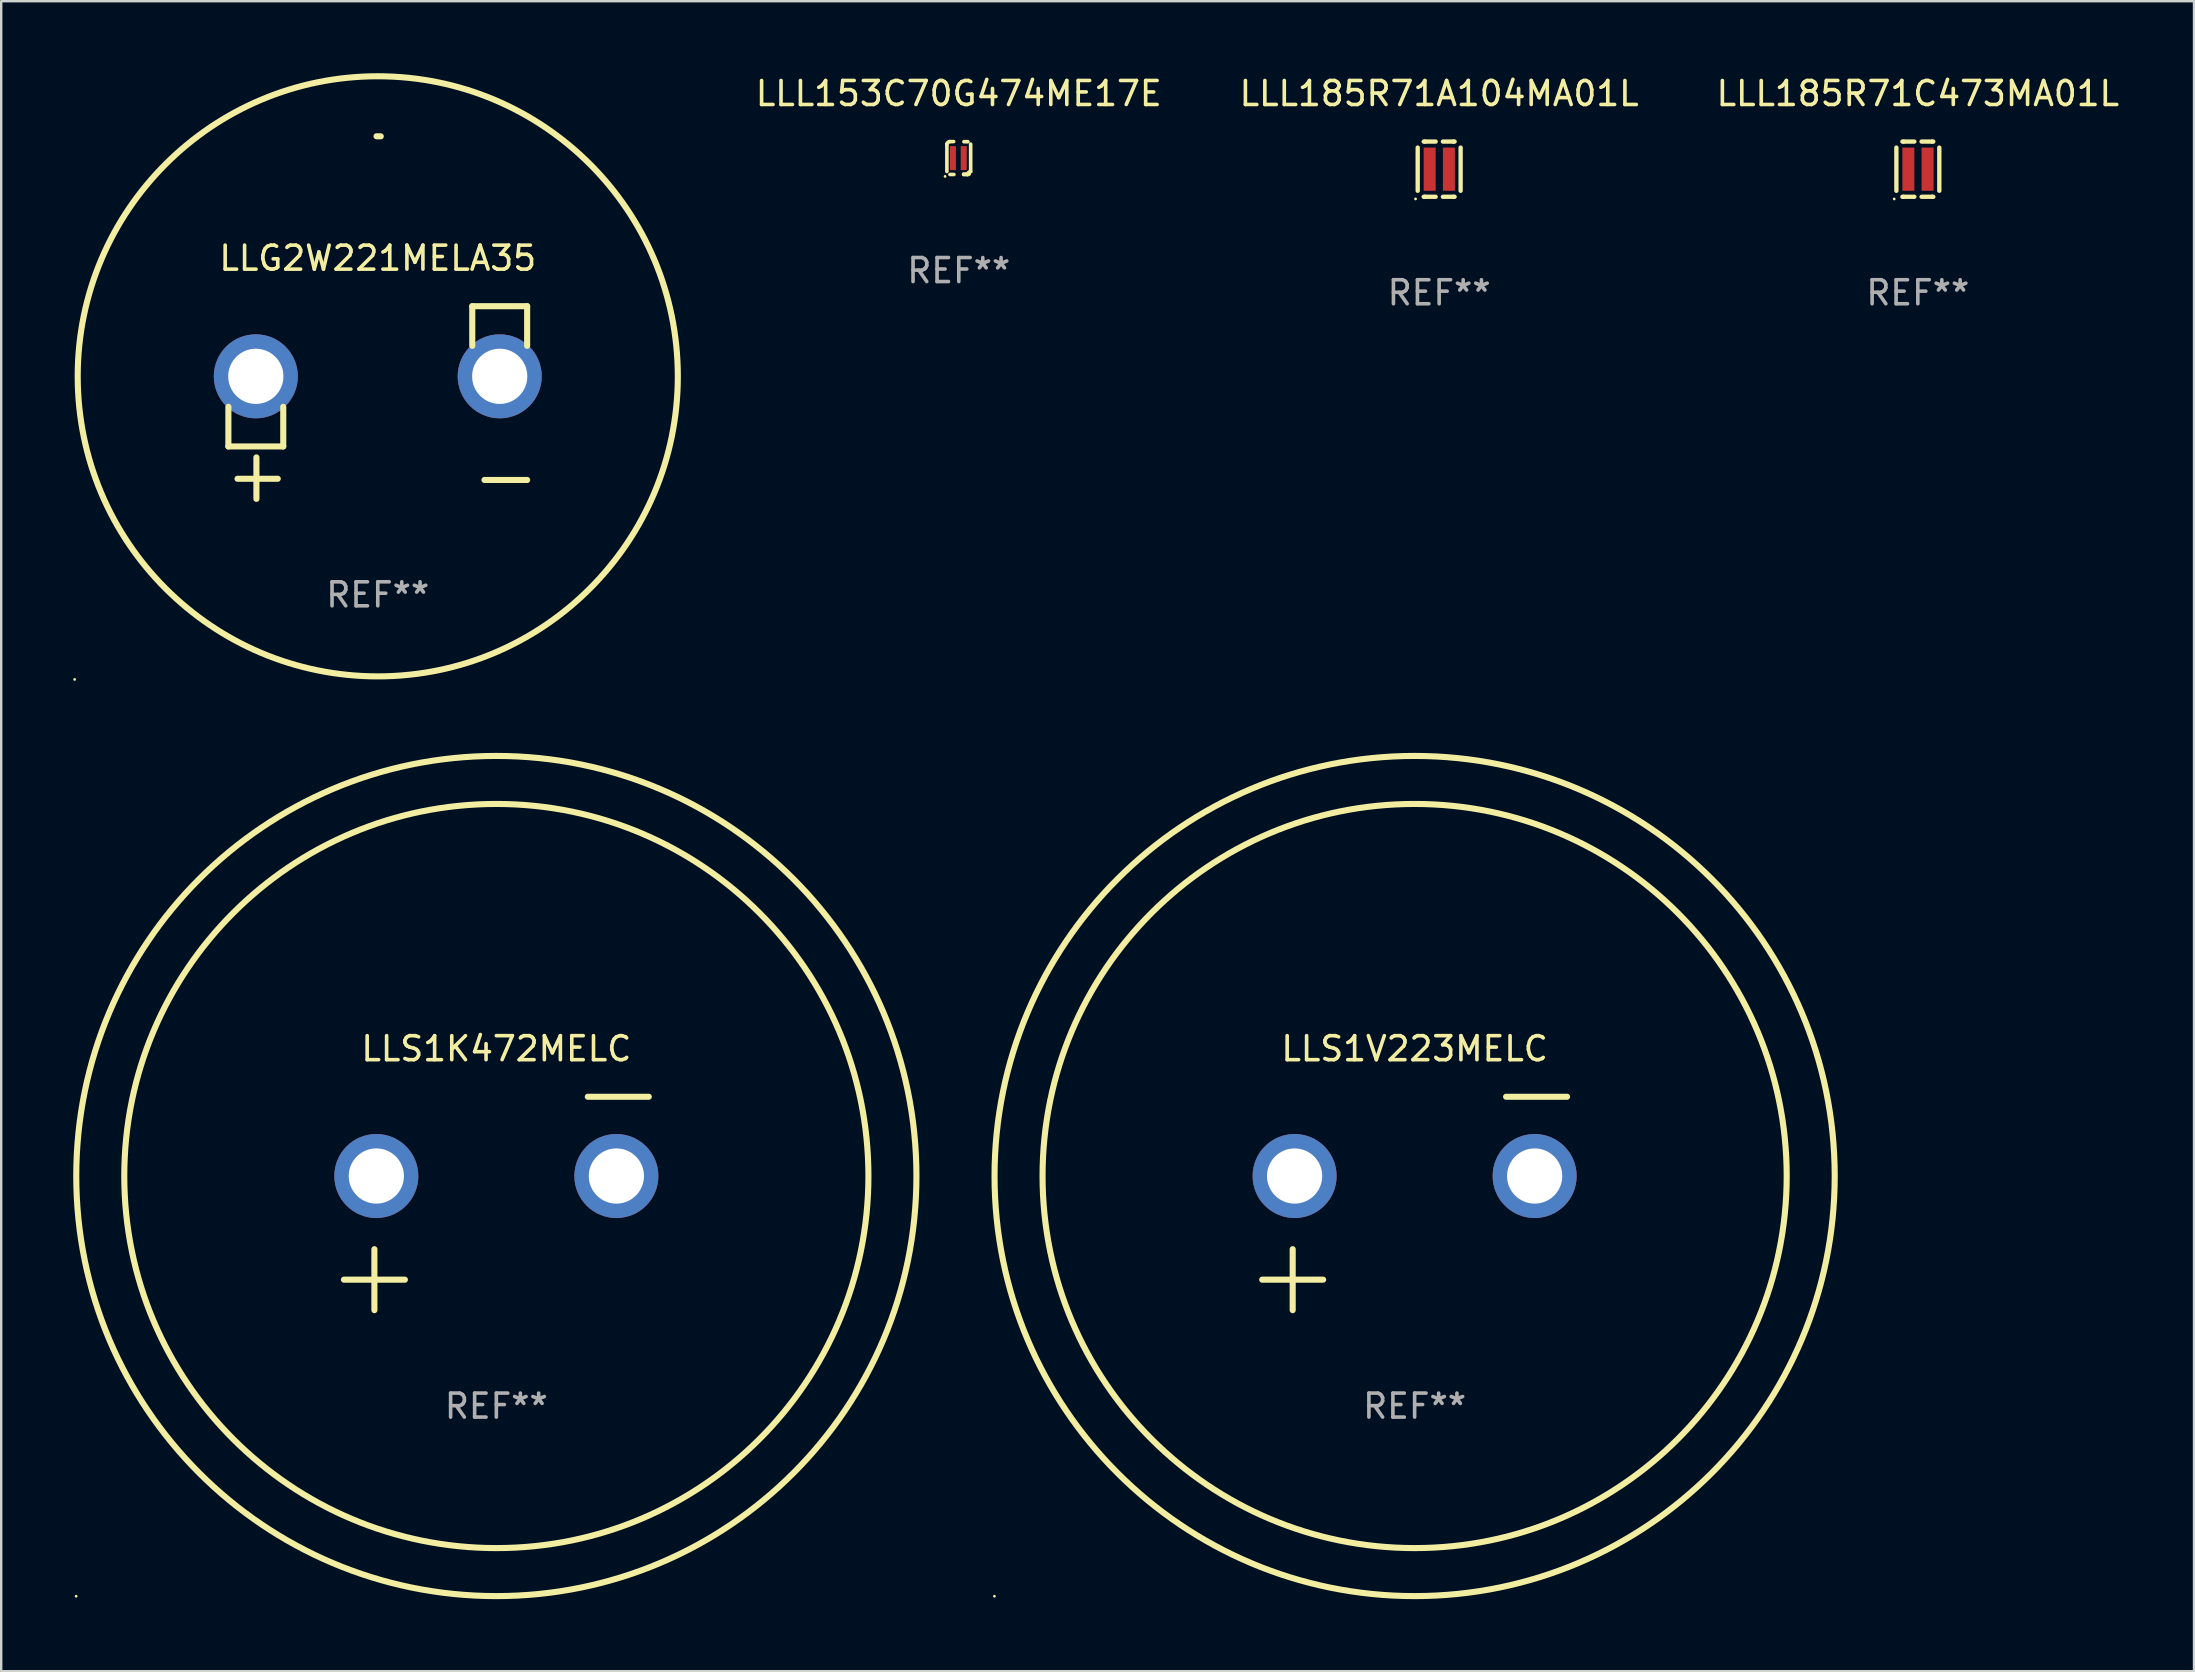
<source format=kicad_pcb>
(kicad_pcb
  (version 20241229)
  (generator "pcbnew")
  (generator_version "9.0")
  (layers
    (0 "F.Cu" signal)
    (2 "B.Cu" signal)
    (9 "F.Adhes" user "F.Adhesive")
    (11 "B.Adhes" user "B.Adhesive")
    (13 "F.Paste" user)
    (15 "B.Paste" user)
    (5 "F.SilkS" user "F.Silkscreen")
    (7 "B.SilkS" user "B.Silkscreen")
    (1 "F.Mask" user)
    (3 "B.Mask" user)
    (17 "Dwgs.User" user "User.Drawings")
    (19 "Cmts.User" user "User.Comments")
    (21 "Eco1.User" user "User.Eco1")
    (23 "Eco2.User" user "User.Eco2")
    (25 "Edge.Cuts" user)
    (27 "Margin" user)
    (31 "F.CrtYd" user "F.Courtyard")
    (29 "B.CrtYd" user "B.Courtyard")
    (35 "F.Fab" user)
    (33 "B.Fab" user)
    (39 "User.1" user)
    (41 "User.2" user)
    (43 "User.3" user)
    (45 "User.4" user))
  (footprint "LLS1V223MELC"
    (layer "F.Cu")
    (at 55.881 47.084)
    (property "Reference" "LLS1V223MELC" (at 0 -6.445 0) (layer "F.SilkS") (effects (font (size 1 1) (thickness 0.15))))
    (attr through_hole)
    (fp_line (start -6.35 3.175) (end -3.81 3.175) (stroke (width 0.254) (type solid)) (layer "F.SilkS"))
    (fp_line (start -5.08 1.905) (end -5.08 4.445) (stroke (width 0.254) (type solid)) (layer "F.SilkS"))
    (fp_line (start 3.81 -4.445) (end 6.35 -4.445) (stroke (width 0.254) (type solid)) (layer "F.SilkS"))
    (fp_circle (center -17.505 16.362) (end -17.475 16.362) (stroke (width 0.06) (type solid)) (fill no) (layer "F.SilkS"))
    (fp_circle (center 0 -1.143) (end 15.5 -1.143) (stroke (width 0.254) (type solid)) (fill no) (layer "F.SilkS"))
    (fp_circle (center 0 -1.143) (end 17.5 -1.143) (stroke (width 0.254) (type solid)) (fill no) (layer "F.SilkS"))
    (fp_text user "REF**" (at 0 8.445 0) (layer "F.Fab") (effects (font (size 1 1) (thickness 0.15))))
    (pad "1" thru_hole circle (at -5 -1.143) (size 3.5 3.5) (drill 2.3) (layers "*.Cu" "*.Mask"))
    (pad "2" thru_hole circle (at 5 -1.143) (size 3.5 3.5) (drill 2.3) (layers "*.Cu" "*.Mask")))
  (footprint "LLL153C70G474ME17E"
    (layer "F.Cu")
    (at 36.891 3.536)
    (property "Reference" "LLL153C70G474ME17E" (at 0 -2.688 0) (layer "F.SilkS") (effects (font (size 1 1) (thickness 0.15))))
    (attr through_hole)
    (fp_line (start -0.495 0.556) (end -0.495 -0.587) (stroke (width 0.15) (type solid)) (layer "F.SilkS"))
    (fp_line (start -0.381 -0.688) (end -0.213 -0.688) (stroke (width 0.15) (type solid)) (layer "F.SilkS"))
    (fp_line (start -0.368 0.683) (end -0.202 0.683) (stroke (width 0.15) (type solid)) (layer "F.SilkS"))
    (fp_line (start 0.368 0.688) (end 0.202 0.688) (stroke (width 0.15) (type solid)) (layer "F.SilkS"))
    (fp_line (start 0.38 -0.683) (end 0.214 -0.683) (stroke (width 0.15) (type solid)) (layer "F.SilkS"))
    (fp_line (start 0.436 0.664) (end 0.202 0.664) (stroke (width 0.15) (type solid)) (layer "F.SilkS"))
    (fp_line (start 0.495 0.561) (end 0.495 -0.582) (stroke (width 0.15) (type solid)) (layer "F.SilkS"))
    (fp_arc (start -0.497041 -0.561341) (mid -0.459844 -0.651144) (end -0.370041 -0.688341) (stroke (width 0.150013) (type solid)) (layer "F.SilkS"))
    (fp_arc (start 0.367907 0.687681) (mid 0.405104 0.597878) (end 0.494907 0.560681) (stroke (width 0.150013) (type solid)) (layer "F.SilkS"))
    (fp_circle (center -0.572 0.763) (end -0.542 0.763) (stroke (width 0.06) (type solid)) (fill no) (layer "F.SilkS"))
    (fp_text user "REF**" (at 0 4.688 0) (layer "F.Fab") (effects (font (size 1 1) (thickness 0.15))))
    (pad "1" smd rect (at -0.244 0.001) (size 0.25 1) (layers "F.Cu" "F.Mask" "F.Paste"))
    (pad "2" smd rect (at 0.206 0.001) (size 0.25 1) (layers "F.Cu" "F.Mask" "F.Paste")))
  (footprint "LLL185R71A104MA01L"
    (layer "F.Cu")
    (at 56.903 3.998)
    (property "Reference" "LLL185R71A104MA01L" (at 0 -3.15 0) (layer "F.SilkS") (effects (font (size 1 1) (thickness 0.15))))
    (attr through_hole)
    (fp_line (start -0.894 -0.9) (end -0.894 0.9) (stroke (width 0.18) (type solid)) (layer "F.SilkS"))
    (fp_line (start -0.644 1.15) (end -0.595 1.15) (stroke (width 0.18) (type solid)) (layer "F.SilkS"))
    (fp_line (start -0.644 -1.15) (end -0.595 -1.15) (stroke (width 0.18) (type solid)) (layer "F.SilkS"))
    (fp_line (start -0.145 -1.15) (end -0.595 -1.15) (stroke (width 0.18) (type solid)) (layer "F.SilkS"))
    (fp_line (start -0.145 1.15) (end -0.595 1.15) (stroke (width 0.18) (type solid)) (layer "F.SilkS"))
    (fp_line (start 0.155 -1.15) (end 0.605 -1.15) (stroke (width 0.18) (type solid)) (layer "F.SilkS"))
    (fp_line (start 0.155 1.15) (end 0.605 1.15) (stroke (width 0.18) (type solid)) (layer "F.SilkS"))
    (fp_line (start 0.644 -1.15) (end 0.605 -1.15) (stroke (width 0.18) (type solid)) (layer "F.SilkS"))
    (fp_line (start 0.644 1.15) (end 0.605 1.15) (stroke (width 0.18) (type solid)) (layer "F.SilkS"))
    (fp_line (start 0.894 -0.9) (end 0.894 0.9) (stroke (width 0.18) (type solid)) (layer "F.SilkS"))
    (fp_circle (center -0.984 1.24) (end -0.954 1.24) (stroke (width 0.06) (type solid)) (fill no) (layer "F.SilkS"))
    (fp_text user "REF**" (at 0 5.15 0) (layer "F.Fab") (effects (font (size 1 1) (thickness 0.15))))
    (pad "1" smd rect (at -0.395 0 90) (size 1.8 0.5) (layers "F.Cu" "F.Mask" "F.Paste"))
    (pad "2" smd rect (at 0.406 0 90) (size 1.8 0.5) (layers "F.Cu" "F.Mask" "F.Paste")))
  (footprint "LLG2W221MELA35"
    (layer "F.Cu")
    (at 12.687 13.719)
    (property "Reference" "LLG2W221MELA35" (at 0 -6.013 0) (layer "F.SilkS") (effects (font (size 1 1) (thickness 0.15))))
    (attr through_hole)
    (fp_line (start -6.223 0.178) (end -6.223 1.829) (stroke (width 0.254) (type solid)) (layer "F.SilkS"))
    (fp_line (start -6.223 1.829) (end -3.937 1.829) (stroke (width 0.254) (type solid)) (layer "F.SilkS"))
    (fp_line (start -5.055 4.013) (end -5.055 2.286) (stroke (width 0.254) (type solid)) (layer "F.SilkS"))
    (fp_line (start -4.166 3.175) (end -5.842 3.175) (stroke (width 0.254) (type solid)) (layer "F.SilkS"))
    (fp_line (start -3.937 1.829) (end -3.937 0.178) (stroke (width 0.254) (type solid)) (layer "F.SilkS"))
    (fp_line (start 3.937 -4.013) (end 3.937 -2.362) (stroke (width 0.254) (type solid)) (layer "F.SilkS"))
    (fp_line (start 6.223 -4.013) (end 3.937 -4.013) (stroke (width 0.254) (type solid)) (layer "F.SilkS"))
    (fp_line (start 6.223 -2.362) (end 6.223 -4.013) (stroke (width 0.254) (type solid)) (layer "F.SilkS"))
    (fp_line (start 6.223 3.226) (end 4.445 3.226) (stroke (width 0.254) (type solid)) (layer "F.SilkS"))
    (fp_arc (start -0.0508 -11.092202) (mid 0.036835 -11.091307) (end 0.12446 -11.089662) (stroke (width 0.254001) (type solid)) (layer "F.SilkS"))
    (fp_circle (center -12.627 11.535) (end -12.597 11.535) (stroke (width 0.06) (type solid)) (fill no) (layer "F.SilkS"))
    (fp_circle (center 0 -1.092) (end 12.5 -1.092) (stroke (width 0.254) (type solid)) (fill no) (layer "F.SilkS"))
    (fp_text user "REF**" (at 0 8.013 0) (layer "F.Fab") (effects (font (size 1 1) (thickness 0.15))))
    (pad "1" thru_hole circle (at -5.08 -1.092) (size 3.5 3.5) (drill 2.3) (layers "*.Cu" "*.Mask"))
    (pad "2" thru_hole circle (at 5.08 -1.092) (size 3.5 3.5) (drill 2.3) (layers "*.Cu" "*.Mask")))
  (footprint "LLS1K472MELC"
    (layer "F.Cu")
    (at 17.627 47.084)
    (property "Reference" "LLS1K472MELC" (at 0 -6.445 0) (layer "F.SilkS") (effects (font (size 1 1) (thickness 0.15))))
    (attr through_hole)
    (fp_line (start -6.35 3.175) (end -3.81 3.175) (stroke (width 0.254) (type solid)) (layer "F.SilkS"))
    (fp_line (start -5.08 1.905) (end -5.08 4.445) (stroke (width 0.254) (type solid)) (layer "F.SilkS"))
    (fp_line (start 3.81 -4.445) (end 6.35 -4.445) (stroke (width 0.254) (type solid)) (layer "F.SilkS"))
    (fp_circle (center -17.505 16.362) (end -17.475 16.362) (stroke (width 0.06) (type solid)) (fill no) (layer "F.SilkS"))
    (fp_circle (center 0 -1.143) (end 15.5 -1.143) (stroke (width 0.254) (type solid)) (fill no) (layer "F.SilkS"))
    (fp_circle (center 0 -1.143) (end 17.5 -1.143) (stroke (width 0.254) (type solid)) (fill no) (layer "F.SilkS"))
    (fp_text user "REF**" (at 0 8.445 0) (layer "F.Fab") (effects (font (size 1 1) (thickness 0.15))))
    (pad "1" thru_hole circle (at -5 -1.143) (size 3.5 3.5) (drill 2.3) (layers "*.Cu" "*.Mask"))
    (pad "2" thru_hole circle (at 5 -1.143) (size 3.5 3.5) (drill 2.3) (layers "*.Cu" "*.Mask")))
  (footprint "LLL185R71C473MA01L"
    (layer "F.Cu")
    (at 76.844 3.998)
    (property "Reference" "LLL185R71C473MA01L" (at 0 -3.15 0) (layer "F.SilkS") (effects (font (size 1 1) (thickness 0.15))))
    (attr through_hole)
    (fp_line (start -0.894 -0.9) (end -0.894 0.9) (stroke (width 0.18) (type solid)) (layer "F.SilkS"))
    (fp_line (start -0.644 1.15) (end -0.595 1.15) (stroke (width 0.18) (type solid)) (layer "F.SilkS"))
    (fp_line (start -0.644 -1.15) (end -0.595 -1.15) (stroke (width 0.18) (type solid)) (layer "F.SilkS"))
    (fp_line (start -0.145 -1.15) (end -0.595 -1.15) (stroke (width 0.18) (type solid)) (layer "F.SilkS"))
    (fp_line (start -0.145 1.15) (end -0.595 1.15) (stroke (width 0.18) (type solid)) (layer "F.SilkS"))
    (fp_line (start 0.155 -1.15) (end 0.605 -1.15) (stroke (width 0.18) (type solid)) (layer "F.SilkS"))
    (fp_line (start 0.155 1.15) (end 0.605 1.15) (stroke (width 0.18) (type solid)) (layer "F.SilkS"))
    (fp_line (start 0.644 -1.15) (end 0.605 -1.15) (stroke (width 0.18) (type solid)) (layer "F.SilkS"))
    (fp_line (start 0.644 1.15) (end 0.605 1.15) (stroke (width 0.18) (type solid)) (layer "F.SilkS"))
    (fp_line (start 0.894 -0.9) (end 0.894 0.9) (stroke (width 0.18) (type solid)) (layer "F.SilkS"))
    (fp_circle (center -0.984 1.24) (end -0.954 1.24) (stroke (width 0.06) (type solid)) (fill no) (layer "F.SilkS"))
    (fp_text user "REF**" (at 0 5.15 0) (layer "F.Fab") (effects (font (size 1 1) (thickness 0.15))))
    (pad "1" smd rect (at -0.395 0 90) (size 1.8 0.5) (layers "F.Cu" "F.Mask" "F.Paste"))
    (pad "2" smd rect (at 0.406 0 90) (size 1.8 0.5) (layers "F.Cu" "F.Mask" "F.Paste")))
  (gr_rect
    (start -3 -3)
    (end 88.349 66.568)
    (stroke (width 0.1) (type default))
    (fill no)
    (layer "Edge.Cuts")))
</source>
